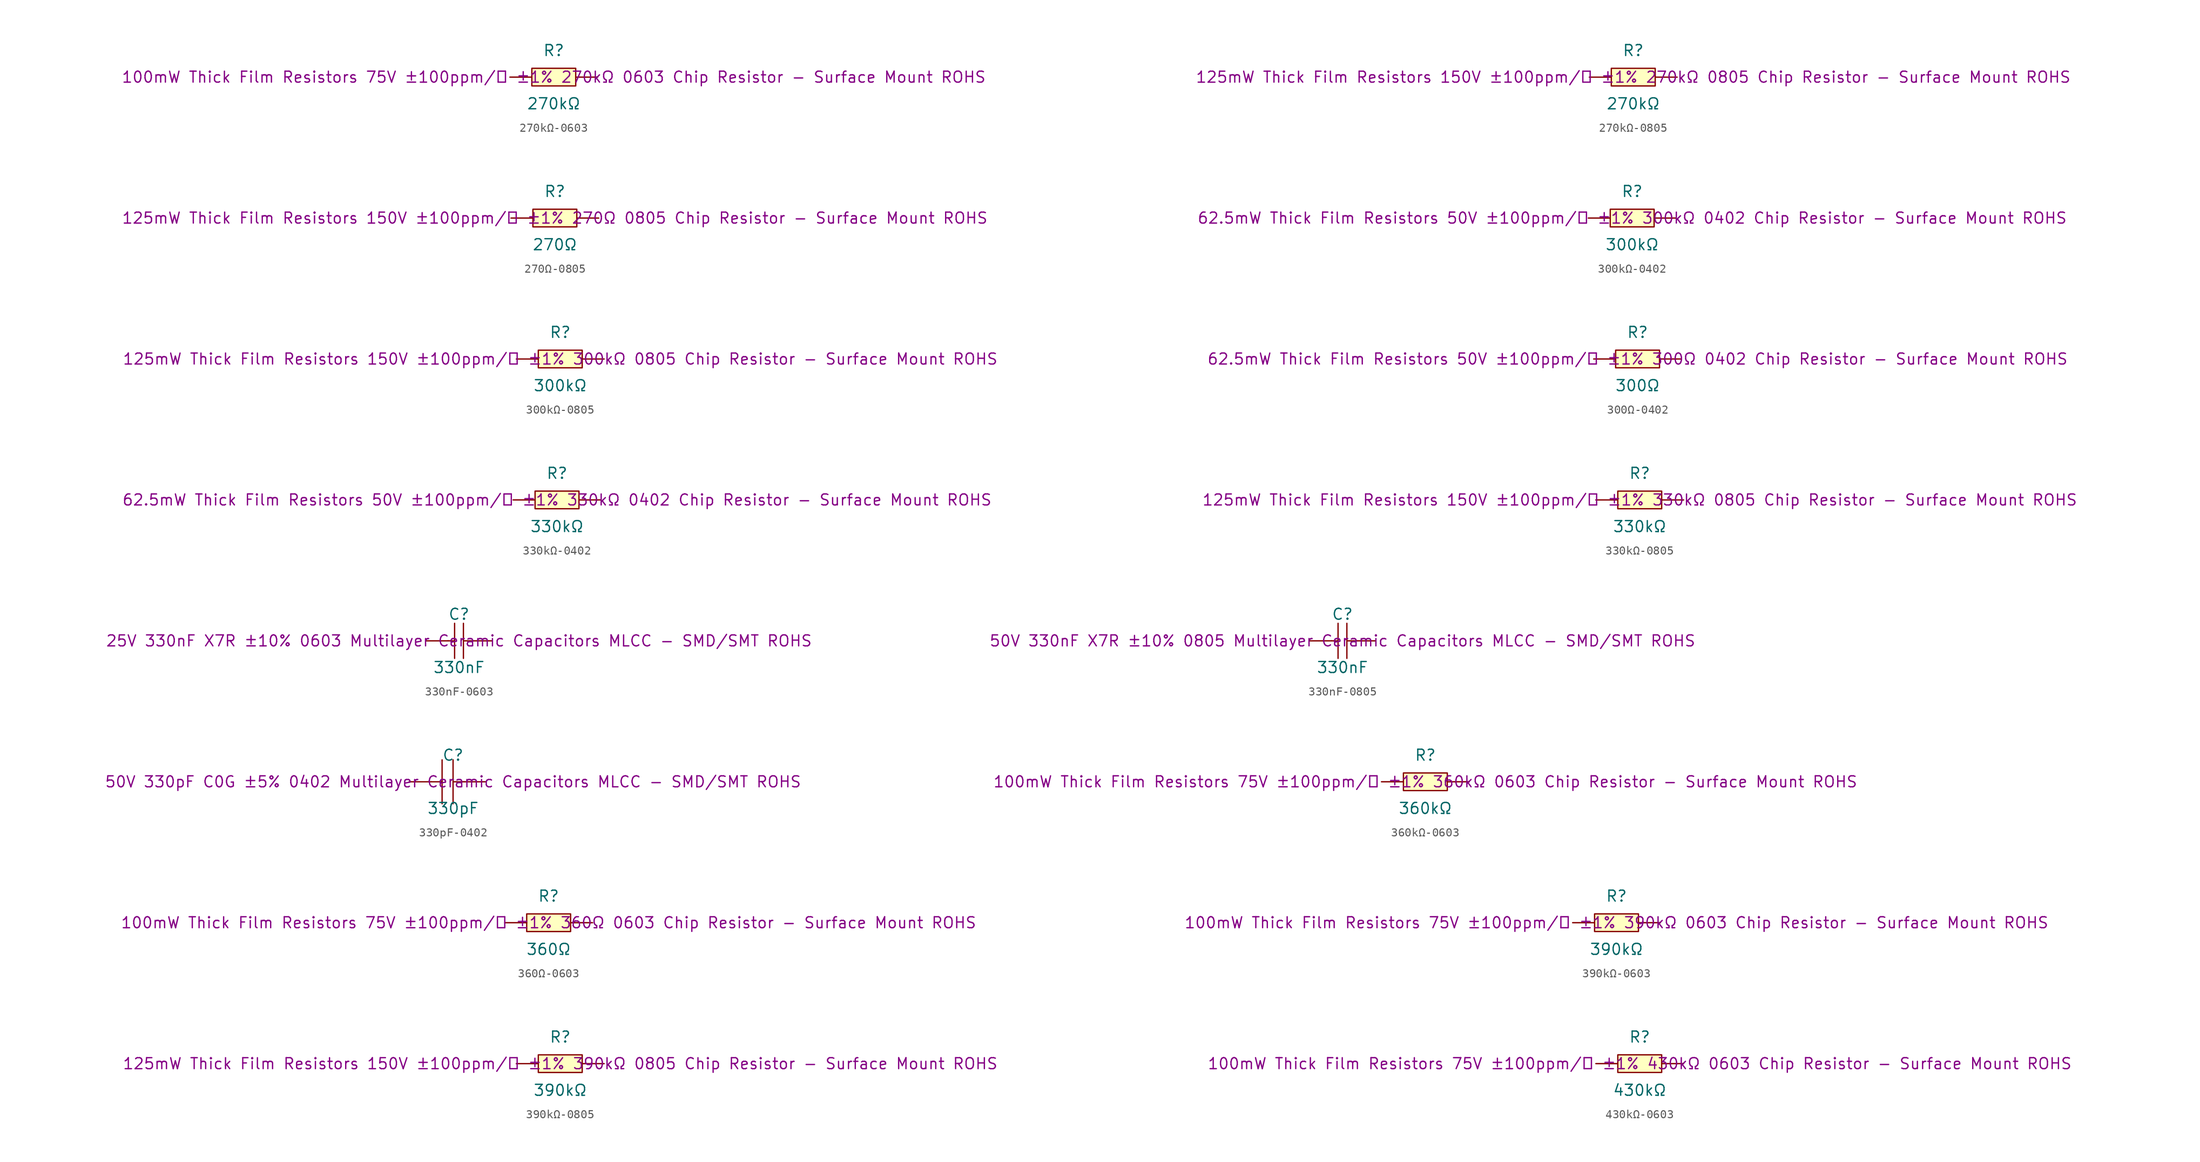
<source format=kicad_sym>
(kicad_symbol_lib
  (version 20241209)
  (generator "kicad_symbol_editor")
  (generator_version "9.0")
  (symbol "270kΩ-0603"
    (pin_numbers
      (hide yes))
    (pin_names
      (hide yes))
    (property "Reference" "R"
      (at 0 3.08 0)
      (effects (font (size 1.27 1.27))))
    (property "Value" "270kΩ"
      (at 0 -3.08 0)
      (effects (font (size 1.27 1.27))))
    (property "Description" "100mW Thick Film Resistors 75V ±100ppm/℃ ±1% 270kΩ 0603 Chip Resistor - Surface Mount ROHS"
      (at 0 0 0)
      (effects (font (size 1.27 1.27))))
    (symbol "270kΩ-0603_0_1"
      (rectangle (start -2.54 1.02) (end 2.54 -1.02) (stroke (width 0) (type default)) (fill (type background)))
      (pin input line (at -5.08 0 0) (length 2.54) (name "1" (effects (font (size 1.27 1.27)))) (number "1" (effects (font (size 1.27 1.27)))))
      (pin input line (at 5.08 0 180) (length 2.54) (name "2" (effects (font (size 1.27 1.27)))) (number "2" (effects (font (size 1.27 1.27)))))))
  (symbol "270kΩ-0805"
    (pin_numbers
      (hide yes))
    (pin_names
      (hide yes))
    (property "Reference" "R"
      (at 0 3.08 0)
      (effects (font (size 1.27 1.27))))
    (property "Value" "270kΩ"
      (at 0 -3.08 0)
      (effects (font (size 1.27 1.27))))
    (property "Description" "125mW Thick Film Resistors 150V ±100ppm/℃ ±1% 270kΩ 0805 Chip Resistor - Surface Mount ROHS"
      (at 0 0 0)
      (effects (font (size 1.27 1.27))))
    (symbol "270kΩ-0805_0_1"
      (rectangle (start -2.54 1.02) (end 2.54 -1.02) (stroke (width 0) (type default)) (fill (type background)))
      (pin input line (at -5.08 0 0) (length 2.54) (name "1" (effects (font (size 1.27 1.27)))) (number "1" (effects (font (size 1.27 1.27)))))
      (pin input line (at 5.08 0 180) (length 2.54) (name "2" (effects (font (size 1.27 1.27)))) (number "2" (effects (font (size 1.27 1.27)))))))
  (symbol "270Ω-0805"
    (pin_numbers
      (hide yes))
    (pin_names
      (hide yes))
    (property "Reference" "R"
      (at 0 3.08 0)
      (effects (font (size 1.27 1.27))))
    (property "Value" "270Ω"
      (at 0 -3.08 0)
      (effects (font (size 1.27 1.27))))
    (property "Description" "125mW Thick Film Resistors 150V ±100ppm/℃ ±1% 270Ω 0805 Chip Resistor - Surface Mount ROHS"
      (at 0 0 0)
      (effects (font (size 1.27 1.27))))
    (symbol "270Ω-0805_0_1"
      (rectangle (start -2.54 1.02) (end 2.54 -1.02) (stroke (width 0) (type default)) (fill (type background)))
      (pin input line (at -5.08 0 0) (length 2.54) (name "1" (effects (font (size 1.27 1.27)))) (number "1" (effects (font (size 1.27 1.27)))))
      (pin input line (at 5.08 0 180) (length 2.54) (name "2" (effects (font (size 1.27 1.27)))) (number "2" (effects (font (size 1.27 1.27)))))))
  (symbol "300kΩ-0402"
    (pin_numbers
      (hide yes))
    (pin_names
      (hide yes))
    (property "Reference" "R"
      (at 0 3.08 0)
      (effects (font (size 1.27 1.27))))
    (property "Value" "300kΩ"
      (at 0 -3.08 0)
      (effects (font (size 1.27 1.27))))
    (property "Description" "62.5mW Thick Film Resistors 50V ±100ppm/℃ ±1% 300kΩ 0402 Chip Resistor - Surface Mount ROHS"
      (at 0 0 0)
      (effects (font (size 1.27 1.27))))
    (symbol "300kΩ-0402_0_1"
      (rectangle (start -2.54 1.02) (end 2.54 -1.02) (stroke (width 0) (type default)) (fill (type background)))
      (pin input line (at -5.08 0 0) (length 2.54) (name "1" (effects (font (size 1.27 1.27)))) (number "1" (effects (font (size 1.27 1.27)))))
      (pin input line (at 5.08 0 180) (length 2.54) (name "2" (effects (font (size 1.27 1.27)))) (number "2" (effects (font (size 1.27 1.27)))))))
  (symbol "300kΩ-0805"
    (pin_numbers
      (hide yes))
    (pin_names
      (hide yes))
    (property "Reference" "R"
      (at 0 3.08 0)
      (effects (font (size 1.27 1.27))))
    (property "Value" "300kΩ"
      (at 0 -3.08 0)
      (effects (font (size 1.27 1.27))))
    (property "Description" "125mW Thick Film Resistors 150V ±100ppm/℃ ±1% 300kΩ 0805 Chip Resistor - Surface Mount ROHS"
      (at 0 0 0)
      (effects (font (size 1.27 1.27))))
    (symbol "300kΩ-0805_0_1"
      (rectangle (start -2.54 1.02) (end 2.54 -1.02) (stroke (width 0) (type default)) (fill (type background)))
      (pin input line (at -5.08 0 0) (length 2.54) (name "1" (effects (font (size 1.27 1.27)))) (number "1" (effects (font (size 1.27 1.27)))))
      (pin input line (at 5.08 0 180) (length 2.54) (name "2" (effects (font (size 1.27 1.27)))) (number "2" (effects (font (size 1.27 1.27)))))))
  (symbol "300Ω-0402"
    (pin_numbers
      (hide yes))
    (pin_names
      (hide yes))
    (property "Reference" "R"
      (at 0 3.08 0)
      (effects (font (size 1.27 1.27))))
    (property "Value" "300Ω"
      (at 0 -3.08 0)
      (effects (font (size 1.27 1.27))))
    (property "Description" "62.5mW Thick Film Resistors 50V ±100ppm/℃ ±1% 300Ω 0402 Chip Resistor - Surface Mount ROHS"
      (at 0 0 0)
      (effects (font (size 1.27 1.27))))
    (symbol "300Ω-0402_0_1"
      (rectangle (start -2.54 1.02) (end 2.54 -1.02) (stroke (width 0) (type default)) (fill (type background)))
      (pin input line (at -5.08 0 0) (length 2.54) (name "1" (effects (font (size 1.27 1.27)))) (number "1" (effects (font (size 1.27 1.27)))))
      (pin input line (at 5.08 0 180) (length 2.54) (name "2" (effects (font (size 1.27 1.27)))) (number "2" (effects (font (size 1.27 1.27)))))))
  (symbol "330kΩ-0402"
    (pin_numbers
      (hide yes))
    (pin_names
      (hide yes))
    (property "Reference" "R"
      (at 0 3.08 0)
      (effects (font (size 1.27 1.27))))
    (property "Value" "330kΩ"
      (at 0 -3.08 0)
      (effects (font (size 1.27 1.27))))
    (property "Description" "62.5mW Thick Film Resistors 50V ±100ppm/℃ ±1% 330kΩ 0402 Chip Resistor - Surface Mount ROHS"
      (at 0 0 0)
      (effects (font (size 1.27 1.27))))
    (symbol "330kΩ-0402_0_1"
      (rectangle (start -2.54 1.02) (end 2.54 -1.02) (stroke (width 0) (type default)) (fill (type background)))
      (pin input line (at -5.08 0 0) (length 2.54) (name "1" (effects (font (size 1.27 1.27)))) (number "1" (effects (font (size 1.27 1.27)))))
      (pin input line (at 5.08 0 180) (length 2.54) (name "2" (effects (font (size 1.27 1.27)))) (number "2" (effects (font (size 1.27 1.27)))))))
  (symbol "330kΩ-0805"
    (pin_numbers
      (hide yes))
    (pin_names
      (hide yes))
    (property "Reference" "R"
      (at 0 3.08 0)
      (effects (font (size 1.27 1.27))))
    (property "Value" "330kΩ"
      (at 0 -3.08 0)
      (effects (font (size 1.27 1.27))))
    (property "Description" "125mW Thick Film Resistors 150V ±100ppm/℃ ±1% 330kΩ 0805 Chip Resistor - Surface Mount ROHS"
      (at 0 0 0)
      (effects (font (size 1.27 1.27))))
    (symbol "330kΩ-0805_0_1"
      (rectangle (start -2.54 1.02) (end 2.54 -1.02) (stroke (width 0) (type default)) (fill (type background)))
      (pin input line (at -5.08 0 0) (length 2.54) (name "1" (effects (font (size 1.27 1.27)))) (number "1" (effects (font (size 1.27 1.27)))))
      (pin input line (at 5.08 0 180) (length 2.54) (name "2" (effects (font (size 1.27 1.27)))) (number "2" (effects (font (size 1.27 1.27)))))))
  (symbol "330nF-0603"
    (pin_numbers
      (hide yes))
    (pin_names
      (hide yes))
    (property "Reference" "C"
      (at 0 3.08 0)
      (effects (font (size 1.27 1.27))))
    (property "Value" "330nF"
      (at 0 -3.08 0)
      (effects (font (size 1.27 1.27))))
    (property "Description" "25V 330nF X7R ±10% 0603 Multilayer Ceramic Capacitors MLCC - SMD/SMT ROHS"
      (at 0 0 0)
      (effects (font (size 1.27 1.27))))
    (symbol "330nF-0603_0_1"
      (polyline (pts (xy -1.27 0) (xy -0.51 0)) (stroke (width 0) (type default)) (fill (type none)))
      (polyline (pts (xy -0.51 2.03) (xy -0.51 -2.03)) (stroke (width 0) (type default)) (fill (type none)))
      (polyline (pts (xy 0.51 2.03) (xy 0.51 -2.03)) (stroke (width 0) (type default)) (fill (type none)))
      (polyline (pts (xy 0.51 0) (xy 1.27 0)) (stroke (width 0) (type default)) (fill (type none)))
      (pin input line (at -3.81 0 0) (length 2.54) (name "1" (effects (font (size 1.27 1.27)))) (number "1" (effects (font (size 1.27 1.27)))))
      (pin input line (at 3.81 0 180) (length 2.54) (name "2" (effects (font (size 1.27 1.27)))) (number "2" (effects (font (size 1.27 1.27)))))))
  (symbol "330nF-0805"
    (pin_numbers
      (hide yes))
    (pin_names
      (hide yes))
    (property "Reference" "C"
      (at 0 3.08 0)
      (effects (font (size 1.27 1.27))))
    (property "Value" "330nF"
      (at 0 -3.08 0)
      (effects (font (size 1.27 1.27))))
    (property "Description" "50V 330nF X7R ±10% 0805 Multilayer Ceramic Capacitors MLCC - SMD/SMT ROHS"
      (at 0 0 0)
      (effects (font (size 1.27 1.27))))
    (symbol "330nF-0805_0_1"
      (polyline (pts (xy -1.27 0) (xy -0.51 0)) (stroke (width 0) (type default)) (fill (type none)))
      (polyline (pts (xy -0.51 2.03) (xy -0.51 -2.03)) (stroke (width 0) (type default)) (fill (type none)))
      (polyline (pts (xy 0.51 2.03) (xy 0.51 -2.03)) (stroke (width 0) (type default)) (fill (type none)))
      (polyline (pts (xy 0.51 0) (xy 1.27 0)) (stroke (width 0) (type default)) (fill (type none)))
      (pin input line (at -3.81 0 0) (length 2.54) (name "1" (effects (font (size 1.27 1.27)))) (number "1" (effects (font (size 1.27 1.27)))))
      (pin input line (at 3.81 0 180) (length 2.54) (name "2" (effects (font (size 1.27 1.27)))) (number "2" (effects (font (size 1.27 1.27)))))))
  (symbol "330pF-0402"
    (pin_numbers
      (hide yes))
    (pin_names
      (hide yes))
    (property "Reference" "C"
      (at 0 3.08 0)
      (effects (font (size 1.27 1.27))))
    (property "Value" "330pF"
      (at 0 -3.08 0)
      (effects (font (size 1.27 1.27))))
    (property "Description" "50V 330pF C0G ±5% 0402 Multilayer Ceramic Capacitors MLCC - SMD/SMT ROHS"
      (at 0 0 0)
      (effects (font (size 1.27 1.27))))
    (symbol "330pF-0402_0_1"
      (polyline (pts (xy -1.27 0) (xy -2.54 0)) (stroke (width 0) (type default)) (fill (type none)))
      (polyline (pts (xy -1.27 -2.54) (xy -1.27 2.54)) (stroke (width 0) (type default)) (fill (type none)))
      (polyline (pts (xy 0 2.54) (xy 0 -2.54)) (stroke (width 0) (type default)) (fill (type none)))
      (polyline (pts (xy 0 0) (xy 1.27 0)) (stroke (width 0) (type default)) (fill (type none)))
      (pin unspecified line (at -5.08 0 0) (length 2.54) (name "1" (effects (font (size 1.27 1.27)))) (number "1" (effects (font (size 1.27 1.27)))))
      (pin unspecified line (at 3.81 0 180) (length 2.54) (name "2" (effects (font (size 1.27 1.27)))) (number "2" (effects (font (size 1.27 1.27)))))))
  (symbol "360kΩ-0603"
    (pin_numbers
      (hide yes))
    (pin_names
      (hide yes))
    (property "Reference" "R"
      (at 0 3.08 0)
      (effects (font (size 1.27 1.27))))
    (property "Value" "360kΩ"
      (at 0 -3.08 0)
      (effects (font (size 1.27 1.27))))
    (property "Description" "100mW Thick Film Resistors 75V ±100ppm/℃ ±1% 360kΩ 0603 Chip Resistor - Surface Mount ROHS"
      (at 0 0 0)
      (effects (font (size 1.27 1.27))))
    (symbol "360kΩ-0603_0_1"
      (rectangle (start -2.54 1.02) (end 2.54 -1.02) (stroke (width 0) (type default)) (fill (type background)))
      (pin input line (at -5.08 0 0) (length 2.54) (name "1" (effects (font (size 1.27 1.27)))) (number "1" (effects (font (size 1.27 1.27)))))
      (pin input line (at 5.08 0 180) (length 2.54) (name "2" (effects (font (size 1.27 1.27)))) (number "2" (effects (font (size 1.27 1.27)))))))
  (symbol "360Ω-0603"
    (pin_numbers
      (hide yes))
    (pin_names
      (hide yes))
    (property "Reference" "R"
      (at 0 3.08 0)
      (effects (font (size 1.27 1.27))))
    (property "Value" "360Ω"
      (at 0 -3.08 0)
      (effects (font (size 1.27 1.27))))
    (property "Description" "100mW Thick Film Resistors 75V ±100ppm/℃ ±1% 360Ω 0603 Chip Resistor - Surface Mount ROHS"
      (at 0 0 0)
      (effects (font (size 1.27 1.27))))
    (symbol "360Ω-0603_0_1"
      (rectangle (start -2.54 1.02) (end 2.54 -1.02) (stroke (width 0) (type default)) (fill (type background)))
      (pin input line (at -5.08 0 0) (length 2.54) (name "1" (effects (font (size 1.27 1.27)))) (number "1" (effects (font (size 1.27 1.27)))))
      (pin input line (at 5.08 0 180) (length 2.54) (name "2" (effects (font (size 1.27 1.27)))) (number "2" (effects (font (size 1.27 1.27)))))))
  (symbol "390kΩ-0603"
    (pin_numbers
      (hide yes))
    (pin_names
      (hide yes))
    (property "Reference" "R"
      (at 0 3.08 0)
      (effects (font (size 1.27 1.27))))
    (property "Value" "390kΩ"
      (at 0 -3.08 0)
      (effects (font (size 1.27 1.27))))
    (property "Description" "100mW Thick Film Resistors 75V ±100ppm/℃ ±1% 390kΩ 0603 Chip Resistor - Surface Mount ROHS"
      (at 0 0 0)
      (effects (font (size 1.27 1.27))))
    (symbol "390kΩ-0603_0_1"
      (rectangle (start -2.54 1.02) (end 2.54 -1.02) (stroke (width 0) (type default)) (fill (type background)))
      (pin input line (at -5.08 0 0) (length 2.54) (name "1" (effects (font (size 1.27 1.27)))) (number "1" (effects (font (size 1.27 1.27)))))
      (pin input line (at 5.08 0 180) (length 2.54) (name "2" (effects (font (size 1.27 1.27)))) (number "2" (effects (font (size 1.27 1.27)))))))
  (symbol "390kΩ-0805"
    (pin_numbers
      (hide yes))
    (pin_names
      (hide yes))
    (property "Reference" "R"
      (at 0 3.08 0)
      (effects (font (size 1.27 1.27))))
    (property "Value" "390kΩ"
      (at 0 -3.08 0)
      (effects (font (size 1.27 1.27))))
    (property "Description" "125mW Thick Film Resistors 150V ±100ppm/℃ ±1% 390kΩ 0805 Chip Resistor - Surface Mount ROHS"
      (at 0 0 0)
      (effects (font (size 1.27 1.27))))
    (symbol "390kΩ-0805_0_1"
      (rectangle (start -2.54 1.02) (end 2.54 -1.02) (stroke (width 0) (type default)) (fill (type background)))
      (pin input line (at -5.08 0 0) (length 2.54) (name "1" (effects (font (size 1.27 1.27)))) (number "1" (effects (font (size 1.27 1.27)))))
      (pin input line (at 5.08 0 180) (length 2.54) (name "2" (effects (font (size 1.27 1.27)))) (number "2" (effects (font (size 1.27 1.27)))))))
  (symbol "430kΩ-0603"
    (pin_numbers
      (hide yes))
    (pin_names
      (hide yes))
    (property "Reference" "R"
      (at 0 3.08 0)
      (effects (font (size 1.27 1.27))))
    (property "Value" "430kΩ"
      (at 0 -3.08 0)
      (effects (font (size 1.27 1.27))))
    (property "Description" "100mW Thick Film Resistors 75V ±100ppm/℃ ±1% 430kΩ 0603 Chip Resistor - Surface Mount ROHS"
      (at 0 0 0)
      (effects (font (size 1.27 1.27))))
    (symbol "430kΩ-0603_0_1"
      (rectangle (start -2.54 1.02) (end 2.54 -1.02) (stroke (width 0) (type default)) (fill (type background)))
      (pin input line (at -5.08 0 0) (length 2.54) (name "1" (effects (font (size 1.27 1.27)))) (number "1" (effects (font (size 1.27 1.27)))))
      (pin input line (at 5.08 0 180) (length 2.54) (name "2" (effects (font (size 1.27 1.27)))) (number "2" (effects (font (size 1.27 1.27))))))))
</source>
